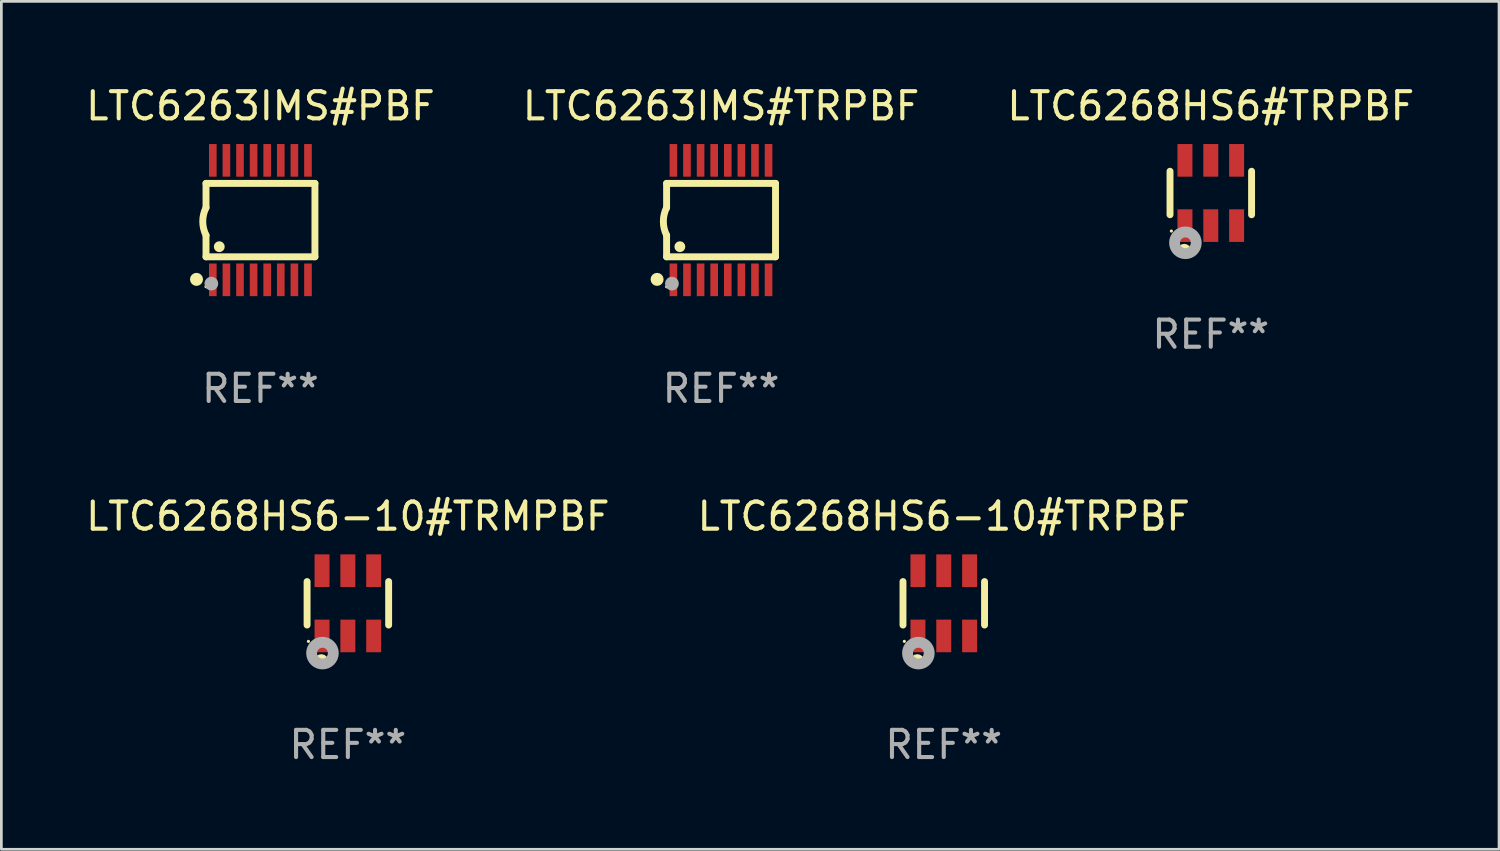
<source format=kicad_pcb>
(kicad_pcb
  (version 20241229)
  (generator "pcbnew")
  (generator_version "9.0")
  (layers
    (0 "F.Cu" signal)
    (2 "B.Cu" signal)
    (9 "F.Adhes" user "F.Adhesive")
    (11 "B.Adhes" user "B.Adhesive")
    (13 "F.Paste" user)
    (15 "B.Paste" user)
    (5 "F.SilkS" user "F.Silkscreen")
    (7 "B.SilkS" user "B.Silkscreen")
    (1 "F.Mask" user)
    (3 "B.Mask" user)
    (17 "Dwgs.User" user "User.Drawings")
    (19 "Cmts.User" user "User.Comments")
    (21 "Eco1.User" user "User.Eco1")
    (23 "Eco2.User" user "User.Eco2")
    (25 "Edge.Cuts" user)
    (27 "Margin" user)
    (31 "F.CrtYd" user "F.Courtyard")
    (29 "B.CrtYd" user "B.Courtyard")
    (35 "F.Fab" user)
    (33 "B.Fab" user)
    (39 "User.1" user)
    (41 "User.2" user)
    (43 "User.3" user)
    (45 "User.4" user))
  (footprint "LTC6268HS6#TRPBF"
    (layer "F.Cu")
    (at 41.482 4.048)
    (property "Reference" "LTC6268HS6#TRPBF" (at 0 -3.2 0) (layer "F.SilkS") (effects (font (size 1 1) (thickness 0.15))))
    (attr through_hole)
    (fp_line (start -1.5 0.8) (end -1.5 -0.8) (stroke (width 0.254) (type solid)) (layer "F.SilkS"))
    (fp_line (start 1.5 -0.8) (end 1.5 0.8) (stroke (width 0.254) (type solid)) (layer "F.SilkS"))
    (fp_circle (center -1.45 1.4) (end -1.42 1.4) (stroke (width 0.06) (type solid)) (fill no) (layer "F.SilkS"))
    (fp_circle (center -0.975 2.125) (end -0.848 2.125) (stroke (width 0.254) (type solid)) (fill no) (layer "F.SilkS"))
    (fp_circle (center -0.934 1.832) (end -0.735 1.832) (stroke (width 0.4) (type solid)) (fill no) (layer "F.Fab"))
    (fp_text user "REF**" (at 0 5.2 0) (layer "F.Fab") (effects (font (size 1 1) (thickness 0.15))))
    (pad "1" smd rect (at -0.95 1.2) (size 0.55 1.2) (layers "F.Cu" "F.Mask" "F.Paste"))
    (pad "2" smd rect (at 0 1.2) (size 0.55 1.2) (layers "F.Cu" "F.Mask" "F.Paste"))
    (pad "3" smd rect (at 0.95 1.2) (size 0.55 1.2) (layers "F.Cu" "F.Mask" "F.Paste"))
    (pad "4" smd rect (at 0.95 -1.2) (size 0.55 1.2) (layers "F.Cu" "F.Mask" "F.Paste"))
    (pad "5" smd rect (at 0 -1.2) (size 0.55 1.2) (layers "F.Cu" "F.Mask" "F.Paste"))
    (pad "6" smd rect (at -0.95 -1.2) (size 0.55 1.2) (layers "F.Cu" "F.Mask" "F.Paste")))
  (footprint "LTC6263IMS#TRPBF"
    (layer "F.Cu")
    (at 23.47 5.045)
    (property "Reference" "LTC6263IMS#TRPBF" (at 0 -4.197 0) (layer "F.SilkS") (effects (font (size 1 1) (thickness 0.15))))
    (attr through_hole)
    (fp_line (start -2.003 -1.35) (end -2.003 -0.457) (stroke (width 0.254) (type solid)) (layer "F.SilkS"))
    (fp_line (start -2.003 -1.35) (end 2.003 -1.35) (stroke (width 0.254) (type solid)) (layer "F.SilkS"))
    (fp_line (start -2.003 1.35) (end -2.003 0.559) (stroke (width 0.254) (type solid)) (layer "F.SilkS"))
    (fp_line (start -2.003 1.35) (end 2.003 1.35) (stroke (width 0.254) (type solid)) (layer "F.SilkS"))
    (fp_line (start 2.003 -1.35) (end 2.003 1.35) (stroke (width 0.254) (type solid)) (layer "F.SilkS"))
    (fp_arc (start -2.002286 0.558802) (mid -2.122556 0.05092) (end -2.003302 -0.457201) (stroke (width 0.254001) (type solid)) (layer "F.SilkS"))
    (fp_circle (center -2.353 2.18) (end -2.233 2.18) (stroke (width 0.24) (type solid)) (fill no) (layer "F.SilkS"))
    (fp_circle (center -2.003 2.45) (end -1.973 2.45) (stroke (width 0.06) (type solid)) (fill no) (layer "F.SilkS"))
    (fp_circle (center -1.515 0.978) (end -1.415 0.978) (stroke (width 0.2) (type solid)) (fill no) (layer "F.SilkS"))
    (fp_circle (center -1.807 2.337) (end -1.68 2.337) (stroke (width 0.254) (type solid)) (fill no) (layer "F.Fab"))
    (fp_text user "REF**" (at 0 6.197 0) (layer "F.Fab") (effects (font (size 1 1) (thickness 0.15))))
    (pad "1" smd rect (at -1.753 2.197 90) (size 1.2 0.28) (layers "F.Cu" "F.Mask" "F.Paste"))
    (pad "2" smd rect (at -1.253 2.197 90) (size 1.2 0.28) (layers "F.Cu" "F.Mask" "F.Paste"))
    (pad "3" smd rect (at -0.753 2.197 90) (size 1.2 0.28) (layers "F.Cu" "F.Mask" "F.Paste"))
    (pad "4" smd rect (at -0.253 2.197 90) (size 1.2 0.28) (layers "F.Cu" "F.Mask" "F.Paste"))
    (pad "5" smd rect (at 0.247 2.197 90) (size 1.2 0.28) (layers "F.Cu" "F.Mask" "F.Paste"))
    (pad "6" smd rect (at 0.747 2.197 90) (size 1.2 0.28) (layers "F.Cu" "F.Mask" "F.Paste"))
    (pad "7" smd rect (at 1.247 2.197 90) (size 1.2 0.28) (layers "F.Cu" "F.Mask" "F.Paste"))
    (pad "8" smd rect (at 1.747 2.197 90) (size 1.2 0.28) (layers "F.Cu" "F.Mask" "F.Paste"))
    (pad "9" smd rect (at 1.747 -2.197 90) (size 1.2 0.28) (layers "F.Cu" "F.Mask" "F.Paste"))
    (pad "10" smd rect (at 1.247 -2.197 90) (size 1.2 0.28) (layers "F.Cu" "F.Mask" "F.Paste"))
    (pad "11" smd rect (at 0.747 -2.197 90) (size 1.2 0.28) (layers "F.Cu" "F.Mask" "F.Paste"))
    (pad "12" smd rect (at 0.247 -2.197 90) (size 1.2 0.28) (layers "F.Cu" "F.Mask" "F.Paste"))
    (pad "13" smd rect (at -0.253 -2.197 90) (size 1.2 0.28) (layers "F.Cu" "F.Mask" "F.Paste"))
    (pad "14" smd rect (at -0.753 -2.197 90) (size 1.2 0.28) (layers "F.Cu" "F.Mask" "F.Paste"))
    (pad "15" smd rect (at -1.253 -2.197 90) (size 1.2 0.28) (layers "F.Cu" "F.Mask" "F.Paste"))
    (pad "16" smd rect (at -1.753 -2.197 90) (size 1.2 0.28) (layers "F.Cu" "F.Mask" "F.Paste")))
  (footprint "LTC6268HS6-10#TRPBF"
    (layer "F.Cu")
    (at 31.661 19.139)
    (property "Reference" "LTC6268HS6-10#TRPBF" (at 0 -3.2 0) (layer "F.SilkS") (effects (font (size 1 1) (thickness 0.15))))
    (attr through_hole)
    (fp_line (start -1.5 0.8) (end -1.5 -0.8) (stroke (width 0.254) (type solid)) (layer "F.SilkS"))
    (fp_line (start 1.5 -0.8) (end 1.5 0.8) (stroke (width 0.254) (type solid)) (layer "F.SilkS"))
    (fp_circle (center -1.45 1.4) (end -1.42 1.4) (stroke (width 0.06) (type solid)) (fill no) (layer "F.SilkS"))
    (fp_circle (center -0.975 2.125) (end -0.848 2.125) (stroke (width 0.254) (type solid)) (fill no) (layer "F.SilkS"))
    (fp_circle (center -0.934 1.832) (end -0.735 1.832) (stroke (width 0.4) (type solid)) (fill no) (layer "F.Fab"))
    (fp_text user "REF**" (at 0 5.2 0) (layer "F.Fab") (effects (font (size 1 1) (thickness 0.15))))
    (pad "1" smd rect (at -0.95 1.2) (size 0.55 1.2) (layers "F.Cu" "F.Mask" "F.Paste"))
    (pad "2" smd rect (at 0 1.2) (size 0.55 1.2) (layers "F.Cu" "F.Mask" "F.Paste"))
    (pad "3" smd rect (at 0.95 1.2) (size 0.55 1.2) (layers "F.Cu" "F.Mask" "F.Paste"))
    (pad "4" smd rect (at 0.95 -1.2) (size 0.55 1.2) (layers "F.Cu" "F.Mask" "F.Paste"))
    (pad "5" smd rect (at 0 -1.2) (size 0.55 1.2) (layers "F.Cu" "F.Mask" "F.Paste"))
    (pad "6" smd rect (at -0.95 -1.2) (size 0.55 1.2) (layers "F.Cu" "F.Mask" "F.Paste")))
  (footprint "LTC6268HS6-10#TRMPBF"
    (layer "F.Cu")
    (at 9.744 19.139)
    (property "Reference" "LTC6268HS6-10#TRMPBF" (at 0 -3.2 0) (layer "F.SilkS") (effects (font (size 1 1) (thickness 0.15))))
    (attr through_hole)
    (fp_line (start -1.5 0.8) (end -1.5 -0.8) (stroke (width 0.254) (type solid)) (layer "F.SilkS"))
    (fp_line (start 1.5 -0.8) (end 1.5 0.8) (stroke (width 0.254) (type solid)) (layer "F.SilkS"))
    (fp_circle (center -1.45 1.4) (end -1.42 1.4) (stroke (width 0.06) (type solid)) (fill no) (layer "F.SilkS"))
    (fp_circle (center -0.975 2.125) (end -0.848 2.125) (stroke (width 0.254) (type solid)) (fill no) (layer "F.SilkS"))
    (fp_circle (center -0.934 1.832) (end -0.735 1.832) (stroke (width 0.4) (type solid)) (fill no) (layer "F.Fab"))
    (fp_text user "REF**" (at 0 5.2 0) (layer "F.Fab") (effects (font (size 1 1) (thickness 0.15))))
    (pad "1" smd rect (at -0.95 1.2) (size 0.55 1.2) (layers "F.Cu" "F.Mask" "F.Paste"))
    (pad "2" smd rect (at 0 1.2) (size 0.55 1.2) (layers "F.Cu" "F.Mask" "F.Paste"))
    (pad "3" smd rect (at 0.95 1.2) (size 0.55 1.2) (layers "F.Cu" "F.Mask" "F.Paste"))
    (pad "4" smd rect (at 0.95 -1.2) (size 0.55 1.2) (layers "F.Cu" "F.Mask" "F.Paste"))
    (pad "5" smd rect (at 0 -1.2) (size 0.55 1.2) (layers "F.Cu" "F.Mask" "F.Paste"))
    (pad "6" smd rect (at -0.95 -1.2) (size 0.55 1.2) (layers "F.Cu" "F.Mask" "F.Paste")))
  (footprint "LTC6263IMS#PBF"
    (layer "F.Cu")
    (at 6.53 5.045)
    (property "Reference" "LTC6263IMS#PBF" (at 0 -4.197 0) (layer "F.SilkS") (effects (font (size 1 1) (thickness 0.15))))
    (attr through_hole)
    (fp_line (start -2.003 -1.35) (end -2.003 -0.457) (stroke (width 0.254) (type solid)) (layer "F.SilkS"))
    (fp_line (start -2.003 -1.35) (end 2.003 -1.35) (stroke (width 0.254) (type solid)) (layer "F.SilkS"))
    (fp_line (start -2.003 1.35) (end -2.003 0.559) (stroke (width 0.254) (type solid)) (layer "F.SilkS"))
    (fp_line (start -2.003 1.35) (end 2.003 1.35) (stroke (width 0.254) (type solid)) (layer "F.SilkS"))
    (fp_line (start 2.003 -1.35) (end 2.003 1.35) (stroke (width 0.254) (type solid)) (layer "F.SilkS"))
    (fp_arc (start -2.002286 0.558802) (mid -2.122556 0.05092) (end -2.003302 -0.457201) (stroke (width 0.254001) (type solid)) (layer "F.SilkS"))
    (fp_circle (center -2.353 2.18) (end -2.233 2.18) (stroke (width 0.24) (type solid)) (fill no) (layer "F.SilkS"))
    (fp_circle (center -2.003 2.45) (end -1.973 2.45) (stroke (width 0.06) (type solid)) (fill no) (layer "F.SilkS"))
    (fp_circle (center -1.515 0.978) (end -1.415 0.978) (stroke (width 0.2) (type solid)) (fill no) (layer "F.SilkS"))
    (fp_circle (center -1.807 2.337) (end -1.68 2.337) (stroke (width 0.254) (type solid)) (fill no) (layer "F.Fab"))
    (fp_text user "REF**" (at 0 6.197 0) (layer "F.Fab") (effects (font (size 1 1) (thickness 0.15))))
    (pad "1" smd rect (at -1.753 2.197 90) (size 1.2 0.28) (layers "F.Cu" "F.Mask" "F.Paste"))
    (pad "2" smd rect (at -1.253 2.197 90) (size 1.2 0.28) (layers "F.Cu" "F.Mask" "F.Paste"))
    (pad "3" smd rect (at -0.753 2.197 90) (size 1.2 0.28) (layers "F.Cu" "F.Mask" "F.Paste"))
    (pad "4" smd rect (at -0.253 2.197 90) (size 1.2 0.28) (layers "F.Cu" "F.Mask" "F.Paste"))
    (pad "5" smd rect (at 0.247 2.197 90) (size 1.2 0.28) (layers "F.Cu" "F.Mask" "F.Paste"))
    (pad "6" smd rect (at 0.747 2.197 90) (size 1.2 0.28) (layers "F.Cu" "F.Mask" "F.Paste"))
    (pad "7" smd rect (at 1.247 2.197 90) (size 1.2 0.28) (layers "F.Cu" "F.Mask" "F.Paste"))
    (pad "8" smd rect (at 1.747 2.197 90) (size 1.2 0.28) (layers "F.Cu" "F.Mask" "F.Paste"))
    (pad "9" smd rect (at 1.747 -2.197 90) (size 1.2 0.28) (layers "F.Cu" "F.Mask" "F.Paste"))
    (pad "10" smd rect (at 1.247 -2.197 90) (size 1.2 0.28) (layers "F.Cu" "F.Mask" "F.Paste"))
    (pad "11" smd rect (at 0.747 -2.197 90) (size 1.2 0.28) (layers "F.Cu" "F.Mask" "F.Paste"))
    (pad "12" smd rect (at 0.247 -2.197 90) (size 1.2 0.28) (layers "F.Cu" "F.Mask" "F.Paste"))
    (pad "13" smd rect (at -0.253 -2.197 90) (size 1.2 0.28) (layers "F.Cu" "F.Mask" "F.Paste"))
    (pad "14" smd rect (at -0.753 -2.197 90) (size 1.2 0.28) (layers "F.Cu" "F.Mask" "F.Paste"))
    (pad "15" smd rect (at -1.253 -2.197 90) (size 1.2 0.28) (layers "F.Cu" "F.Mask" "F.Paste"))
    (pad "16" smd rect (at -1.753 -2.197 90) (size 1.2 0.28) (layers "F.Cu" "F.Mask" "F.Paste")))
  (gr_rect
    (start -3 -3)
    (end 52.083 28.187)
    (stroke (width 0.1) (type default))
    (fill no)
    (layer "Edge.Cuts")))
</source>
